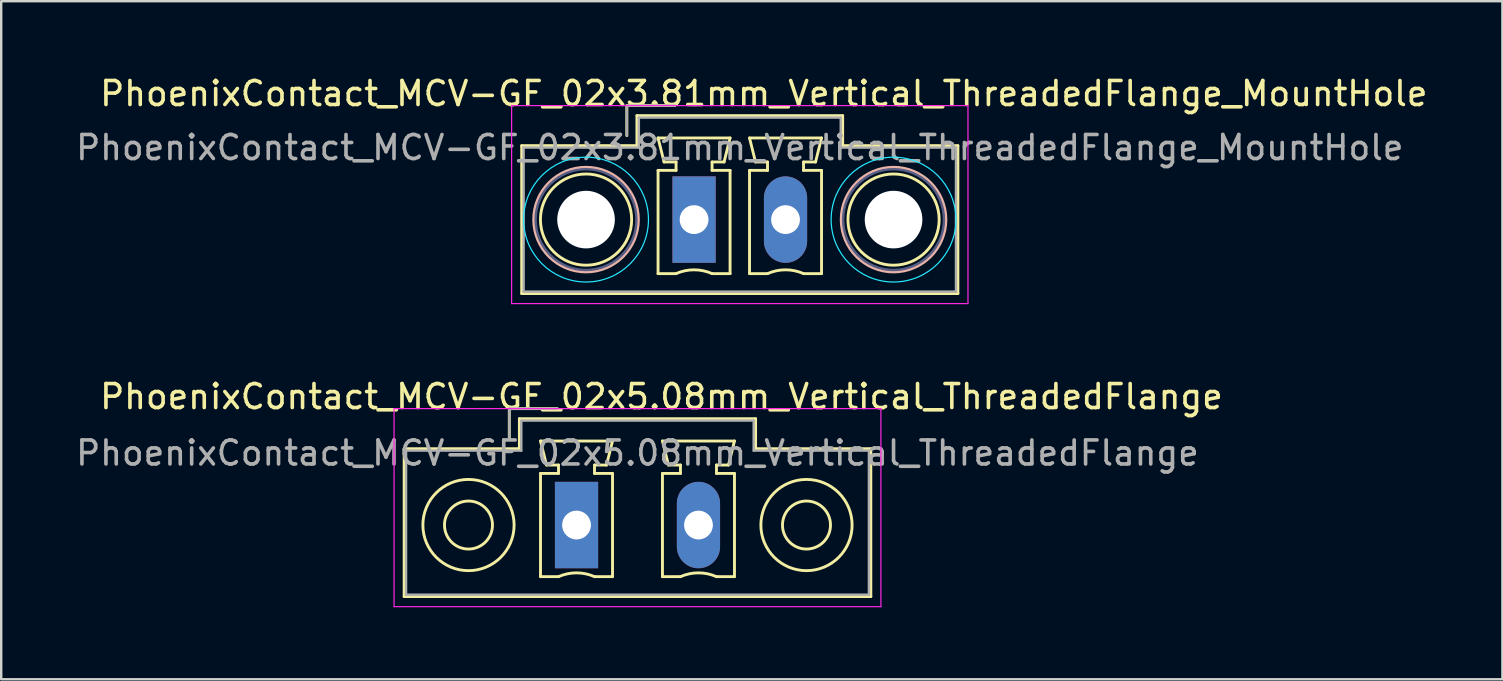
<source format=kicad_pcb>
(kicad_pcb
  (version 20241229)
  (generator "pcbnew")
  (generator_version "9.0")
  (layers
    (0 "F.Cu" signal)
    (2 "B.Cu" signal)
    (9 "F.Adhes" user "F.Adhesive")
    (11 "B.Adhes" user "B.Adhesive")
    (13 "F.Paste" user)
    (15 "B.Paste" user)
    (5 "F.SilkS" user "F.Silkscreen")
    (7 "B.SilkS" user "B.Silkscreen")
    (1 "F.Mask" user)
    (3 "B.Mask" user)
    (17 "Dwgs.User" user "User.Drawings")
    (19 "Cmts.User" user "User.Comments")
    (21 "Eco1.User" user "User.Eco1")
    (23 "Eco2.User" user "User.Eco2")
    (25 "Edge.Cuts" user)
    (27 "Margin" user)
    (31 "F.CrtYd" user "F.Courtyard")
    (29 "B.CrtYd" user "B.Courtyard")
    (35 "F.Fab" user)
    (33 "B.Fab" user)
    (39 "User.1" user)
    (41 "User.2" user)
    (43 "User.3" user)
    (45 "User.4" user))
  (footprint "PhoenixContact_MCV-GF_02x3.81mm_Vertical_ThreadedFlange_MountHole"
    (layer "F.Cu")
    (at 25.863 6.098)
    (property "Reference" "PhoenixContact_MCV-GF_02x3.81mm_Vertical_ThreadedFlange_MountHole" (at 2.905 -5.25 0) (layer "F.SilkS") (effects (font (size 1 1) (thickness 0.15))))
    (attr through_hole)
    (fp_line (start -7.18 -3.08) (end -7.18 3.08) (stroke (width 0.12) (type solid)) (layer "F.SilkS"))
    (fp_line (start -7.18 3.08) (end 10.99 3.08) (stroke (width 0.12) (type solid)) (layer "F.SilkS"))
    (fp_line (start -2.8 -4.75) (end -0.8 -4.75) (stroke (width 0.12) (type solid)) (layer "F.SilkS"))
    (fp_line (start -2.8 -3.5) (end -2.8 -4.75) (stroke (width 0.12) (type solid)) (layer "F.SilkS"))
    (fp_line (start -2.38 -4.33) (end -2.38 -3.08) (stroke (width 0.12) (type solid)) (layer "F.SilkS"))
    (fp_line (start -2.38 -3.08) (end -7.18 -3.08) (stroke (width 0.12) (type solid)) (layer "F.SilkS"))
    (fp_line (start -1.5 -3.4) (end 1.5 -3.4) (stroke (width 0.12) (type solid)) (layer "F.SilkS"))
    (fp_line (start -1.5 -2.05) (end -0.75 -2.05) (stroke (width 0.12) (type solid)) (layer "F.SilkS"))
    (fp_line (start -1.5 2.25) (end -1.5 -2.05) (stroke (width 0.12) (type solid)) (layer "F.SilkS"))
    (fp_line (start -1.25 -2.4) (end -1.5 -3.4) (stroke (width 0.12) (type solid)) (layer "F.SilkS"))
    (fp_line (start -0.75 -2.4) (end -1.25 -2.4) (stroke (width 0.12) (type solid)) (layer "F.SilkS"))
    (fp_line (start -0.75 -2.05) (end -0.75 -2.4) (stroke (width 0.12) (type solid)) (layer "F.SilkS"))
    (fp_line (start -0.75 2.25) (end -1.5 2.25) (stroke (width 0.12) (type solid)) (layer "F.SilkS"))
    (fp_line (start 0.75 -2.4) (end 0.75 -2.05) (stroke (width 0.12) (type solid)) (layer "F.SilkS"))
    (fp_line (start 0.75 -2.05) (end 1.5 -2.05) (stroke (width 0.12) (type solid)) (layer "F.SilkS"))
    (fp_line (start 1.25 -2.4) (end 0.75 -2.4) (stroke (width 0.12) (type solid)) (layer "F.SilkS"))
    (fp_line (start 1.5 -3.4) (end 1.25 -2.4) (stroke (width 0.12) (type solid)) (layer "F.SilkS"))
    (fp_line (start 1.5 -2.05) (end 1.5 2.25) (stroke (width 0.12) (type solid)) (layer "F.SilkS"))
    (fp_line (start 1.5 2.25) (end 0.75 2.25) (stroke (width 0.12) (type solid)) (layer "F.SilkS"))
    (fp_line (start 2.31 -3.4) (end 5.31 -3.4) (stroke (width 0.12) (type solid)) (layer "F.SilkS"))
    (fp_line (start 2.31 -2.05) (end 3.06 -2.05) (stroke (width 0.12) (type solid)) (layer "F.SilkS"))
    (fp_line (start 2.31 2.25) (end 2.31 -2.05) (stroke (width 0.12) (type solid)) (layer "F.SilkS"))
    (fp_line (start 2.56 -2.4) (end 2.31 -3.4) (stroke (width 0.12) (type solid)) (layer "F.SilkS"))
    (fp_line (start 3.06 -2.4) (end 2.56 -2.4) (stroke (width 0.12) (type solid)) (layer "F.SilkS"))
    (fp_line (start 3.06 -2.05) (end 3.06 -2.4) (stroke (width 0.12) (type solid)) (layer "F.SilkS"))
    (fp_line (start 3.06 2.25) (end 2.31 2.25) (stroke (width 0.12) (type solid)) (layer "F.SilkS"))
    (fp_line (start 4.56 -2.4) (end 4.56 -2.05) (stroke (width 0.12) (type solid)) (layer "F.SilkS"))
    (fp_line (start 4.56 -2.05) (end 5.31 -2.05) (stroke (width 0.12) (type solid)) (layer "F.SilkS"))
    (fp_line (start 5.06 -2.4) (end 4.56 -2.4) (stroke (width 0.12) (type solid)) (layer "F.SilkS"))
    (fp_line (start 5.31 -3.4) (end 5.06 -2.4) (stroke (width 0.12) (type solid)) (layer "F.SilkS"))
    (fp_line (start 5.31 -2.05) (end 5.31 2.25) (stroke (width 0.12) (type solid)) (layer "F.SilkS"))
    (fp_line (start 5.31 2.25) (end 4.56 2.25) (stroke (width 0.12) (type solid)) (layer "F.SilkS"))
    (fp_line (start 6.19 -4.33) (end -2.38 -4.33) (stroke (width 0.12) (type solid)) (layer "F.SilkS"))
    (fp_line (start 6.19 -3.08) (end 6.19 -4.33) (stroke (width 0.12) (type solid)) (layer "F.SilkS"))
    (fp_line (start 10.99 -3.08) (end 6.19 -3.08) (stroke (width 0.12) (type solid)) (layer "F.SilkS"))
    (fp_line (start 10.99 3.08) (end 10.99 -3.08) (stroke (width 0.12) (type solid)) (layer "F.SilkS"))
    (fp_arc (start -0.75 2.25) (mid -0.000193 2.09191) (end 0.749647 2.249844) (stroke (width 0.12) (type solid)) (layer "F.SilkS"))
    (fp_arc (start 3.06 2.25) (mid 3.809807 2.09191) (end 4.559647 2.249844) (stroke (width 0.12) (type solid)) (layer "F.SilkS"))
    (fp_circle (center -4.5 0) (end -2.6 0) (stroke (width 0.12) (type solid)) (fill no) (layer "F.SilkS"))
    (fp_circle (center 8.31 0) (end 10.21 0) (stroke (width 0.12) (type solid)) (fill no) (layer "F.SilkS"))
    (fp_circle (center -4.5 0) (end -2.32 0) (stroke (width 0.12) (type solid)) (fill no) (layer "B.SilkS"))
    (fp_circle (center 8.31 0) (end 10.49 0) (stroke (width 0.12) (type solid)) (fill no) (layer "B.SilkS"))
    (fp_circle (center -4.5 0) (end -1.9 0) (stroke (width 0.05) (type solid)) (fill no) (layer "B.CrtYd"))
    (fp_circle (center 8.31 0) (end 10.91 0) (stroke (width 0.05) (type solid)) (fill no) (layer "B.CrtYd"))
    (fp_line (start -7.6 -4.75) (end -7.6 3.5) (stroke (width 0.05) (type solid)) (layer "F.CrtYd"))
    (fp_line (start -7.6 3.5) (end 11.41 3.5) (stroke (width 0.05) (type solid)) (layer "F.CrtYd"))
    (fp_line (start 11.41 -4.75) (end -7.6 -4.75) (stroke (width 0.05) (type solid)) (layer "F.CrtYd"))
    (fp_line (start 11.41 3.5) (end 11.41 -4.75) (stroke (width 0.05) (type solid)) (layer "F.CrtYd"))
    (fp_circle (center -4.5 0) (end -2.4 0) (stroke (width 0.1) (type solid)) (fill no) (layer "B.Fab"))
    (fp_circle (center 8.31 0) (end 10.41 0) (stroke (width 0.1) (type solid)) (fill no) (layer "B.Fab"))
    (fp_line (start -7.1 -3) (end -7.1 3) (stroke (width 0.1) (type solid)) (layer "F.Fab"))
    (fp_line (start -7.1 3) (end 10.91 3) (stroke (width 0.1) (type solid)) (layer "F.Fab"))
    (fp_line (start -2.8 -4.75) (end -0.8 -4.75) (stroke (width 0.1) (type solid)) (layer "F.Fab"))
    (fp_line (start -2.8 -3.5) (end -2.8 -4.75) (stroke (width 0.1) (type solid)) (layer "F.Fab"))
    (fp_line (start -2.3 -4.25) (end -2.3 -3) (stroke (width 0.1) (type solid)) (layer "F.Fab"))
    (fp_line (start -2.3 -3) (end -7.1 -3) (stroke (width 0.1) (type solid)) (layer "F.Fab"))
    (fp_line (start 6.11 -4.25) (end -2.3 -4.25) (stroke (width 0.1) (type solid)) (layer "F.Fab"))
    (fp_line (start 6.11 -3) (end 6.11 -4.25) (stroke (width 0.1) (type solid)) (layer "F.Fab"))
    (fp_line (start 10.91 -3) (end 6.11 -3) (stroke (width 0.1) (type solid)) (layer "F.Fab"))
    (fp_line (start 10.91 3) (end 10.91 -3) (stroke (width 0.1) (type solid)) (layer "F.Fab"))
    (fp_text user "${REFERENCE}" (at 1.905 -3 0) (layer "F.Fab") (effects (font (size 1 1) (thickness 0.15))))
    (pad "" np_thru_hole circle (at -4.5 0) (size 2.4 2.4) (drill 2.4) (layers "*.Cu" "*.Mask"))
    (pad "" np_thru_hole circle (at 8.31 0) (size 2.4 2.4) (drill 2.4) (layers "*.Cu" "*.Mask"))
    (pad "1" thru_hole rect (at 0 0) (size 1.8 3.6) (drill 1.2) (layers "*.Cu" "*.Mask"))
    (pad "2" thru_hole oval (at 3.81 0) (size 1.8 3.6) (drill 1.2) (layers "*.Cu" "*.Mask")))
  (footprint "PhoenixContact_MCV-GF_02x5.08mm_Vertical_ThreadedFlange"
    (layer "F.Cu")
    (at 20.966 18.822)
    (property "Reference" "PhoenixContact_MCV-GF_02x5.08mm_Vertical_ThreadedFlange" (at 3.54 -5.35 0) (layer "F.SilkS") (effects (font (size 1 1) (thickness 0.15))))
    (attr through_hole)
    (fp_line (start -7.18 -3.18) (end -7.18 2.98) (stroke (width 0.12) (type solid)) (layer "F.SilkS"))
    (fp_line (start -7.18 2.98) (end 12.26 2.98) (stroke (width 0.12) (type solid)) (layer "F.SilkS"))
    (fp_line (start -2.8 -4.85) (end -0.8 -4.85) (stroke (width 0.12) (type solid)) (layer "F.SilkS"))
    (fp_line (start -2.8 -3.6) (end -2.8 -4.85) (stroke (width 0.12) (type solid)) (layer "F.SilkS"))
    (fp_line (start -2.38 -4.43) (end -2.38 -3.18) (stroke (width 0.12) (type solid)) (layer "F.SilkS"))
    (fp_line (start -2.38 -3.18) (end -7.18 -3.18) (stroke (width 0.12) (type solid)) (layer "F.SilkS"))
    (fp_line (start -1.5 -3.5) (end 1.5 -3.5) (stroke (width 0.12) (type solid)) (layer "F.SilkS"))
    (fp_line (start -1.5 -2.15) (end -0.75 -2.15) (stroke (width 0.12) (type solid)) (layer "F.SilkS"))
    (fp_line (start -1.5 2.15) (end -1.5 -2.15) (stroke (width 0.12) (type solid)) (layer "F.SilkS"))
    (fp_line (start -1.25 -2.5) (end -1.5 -3.5) (stroke (width 0.12) (type solid)) (layer "F.SilkS"))
    (fp_line (start -0.75 -2.5) (end -1.25 -2.5) (stroke (width 0.12) (type solid)) (layer "F.SilkS"))
    (fp_line (start -0.75 -2.15) (end -0.75 -2.5) (stroke (width 0.12) (type solid)) (layer "F.SilkS"))
    (fp_line (start -0.75 2.15) (end -1.5 2.15) (stroke (width 0.12) (type solid)) (layer "F.SilkS"))
    (fp_line (start 0.75 -2.5) (end 0.75 -2.15) (stroke (width 0.12) (type solid)) (layer "F.SilkS"))
    (fp_line (start 0.75 -2.15) (end 1.5 -2.15) (stroke (width 0.12) (type solid)) (layer "F.SilkS"))
    (fp_line (start 1.25 -2.5) (end 0.75 -2.5) (stroke (width 0.12) (type solid)) (layer "F.SilkS"))
    (fp_line (start 1.5 -3.5) (end 1.25 -2.5) (stroke (width 0.12) (type solid)) (layer "F.SilkS"))
    (fp_line (start 1.5 -2.15) (end 1.5 2.15) (stroke (width 0.12) (type solid)) (layer "F.SilkS"))
    (fp_line (start 1.5 2.15) (end 0.75 2.15) (stroke (width 0.12) (type solid)) (layer "F.SilkS"))
    (fp_line (start 3.58 -3.5) (end 6.58 -3.5) (stroke (width 0.12) (type solid)) (layer "F.SilkS"))
    (fp_line (start 3.58 -2.15) (end 4.33 -2.15) (stroke (width 0.12) (type solid)) (layer "F.SilkS"))
    (fp_line (start 3.58 2.15) (end 3.58 -2.15) (stroke (width 0.12) (type solid)) (layer "F.SilkS"))
    (fp_line (start 3.83 -2.5) (end 3.58 -3.5) (stroke (width 0.12) (type solid)) (layer "F.SilkS"))
    (fp_line (start 4.33 -2.5) (end 3.83 -2.5) (stroke (width 0.12) (type solid)) (layer "F.SilkS"))
    (fp_line (start 4.33 -2.15) (end 4.33 -2.5) (stroke (width 0.12) (type solid)) (layer "F.SilkS"))
    (fp_line (start 4.33 2.15) (end 3.58 2.15) (stroke (width 0.12) (type solid)) (layer "F.SilkS"))
    (fp_line (start 5.83 -2.5) (end 5.83 -2.15) (stroke (width 0.12) (type solid)) (layer "F.SilkS"))
    (fp_line (start 5.83 -2.15) (end 6.58 -2.15) (stroke (width 0.12) (type solid)) (layer "F.SilkS"))
    (fp_line (start 6.33 -2.5) (end 5.83 -2.5) (stroke (width 0.12) (type solid)) (layer "F.SilkS"))
    (fp_line (start 6.58 -3.5) (end 6.33 -2.5) (stroke (width 0.12) (type solid)) (layer "F.SilkS"))
    (fp_line (start 6.58 -2.15) (end 6.58 2.15) (stroke (width 0.12) (type solid)) (layer "F.SilkS"))
    (fp_line (start 6.58 2.15) (end 5.83 2.15) (stroke (width 0.12) (type solid)) (layer "F.SilkS"))
    (fp_line (start 7.46 -4.43) (end -2.38 -4.43) (stroke (width 0.12) (type solid)) (layer "F.SilkS"))
    (fp_line (start 7.46 -3.18) (end 7.46 -4.43) (stroke (width 0.12) (type solid)) (layer "F.SilkS"))
    (fp_line (start 12.26 -3.18) (end 7.46 -3.18) (stroke (width 0.12) (type solid)) (layer "F.SilkS"))
    (fp_line (start 12.26 2.98) (end 12.26 -3.18) (stroke (width 0.12) (type solid)) (layer "F.SilkS"))
    (fp_arc (start -0.75 2.15) (mid -0.000193 1.99191) (end 0.749647 2.149844) (stroke (width 0.12) (type solid)) (layer "F.SilkS"))
    (fp_arc (start 4.33 2.15) (mid 5.079807 1.99191) (end 5.829647 2.149844) (stroke (width 0.12) (type solid)) (layer "F.SilkS"))
    (fp_circle (center -4.5 0) (end -3.5 0) (stroke (width 0.12) (type solid)) (fill no) (layer "F.SilkS"))
    (fp_circle (center -4.5 0) (end -2.6 0) (stroke (width 0.12) (type solid)) (fill no) (layer "F.SilkS"))
    (fp_circle (center 9.58 0) (end 10.58 0) (stroke (width 0.12) (type solid)) (fill no) (layer "F.SilkS"))
    (fp_circle (center 9.58 0) (end 11.48 0) (stroke (width 0.12) (type solid)) (fill no) (layer "F.SilkS"))
    (fp_line (start -7.6 -4.85) (end -7.6 3.4) (stroke (width 0.05) (type solid)) (layer "F.CrtYd"))
    (fp_line (start -7.6 3.4) (end 12.68 3.4) (stroke (width 0.05) (type solid)) (layer "F.CrtYd"))
    (fp_line (start 12.68 -4.85) (end -7.6 -4.85) (stroke (width 0.05) (type solid)) (layer "F.CrtYd"))
    (fp_line (start 12.68 3.4) (end 12.68 -4.85) (stroke (width 0.05) (type solid)) (layer "F.CrtYd"))
    (fp_line (start -7.1 -3.1) (end -7.1 2.9) (stroke (width 0.1) (type solid)) (layer "F.Fab"))
    (fp_line (start -7.1 2.9) (end 12.18 2.9) (stroke (width 0.1) (type solid)) (layer "F.Fab"))
    (fp_line (start -2.8 -4.85) (end -0.8 -4.85) (stroke (width 0.1) (type solid)) (layer "F.Fab"))
    (fp_line (start -2.8 -3.6) (end -2.8 -4.85) (stroke (width 0.1) (type solid)) (layer "F.Fab"))
    (fp_line (start -2.3 -4.35) (end -2.3 -3.1) (stroke (width 0.1) (type solid)) (layer "F.Fab"))
    (fp_line (start -2.3 -3.1) (end -7.1 -3.1) (stroke (width 0.1) (type solid)) (layer "F.Fab"))
    (fp_line (start 7.38 -4.35) (end -2.3 -4.35) (stroke (width 0.1) (type solid)) (layer "F.Fab"))
    (fp_line (start 7.38 -3.1) (end 7.38 -4.35) (stroke (width 0.1) (type solid)) (layer "F.Fab"))
    (fp_line (start 12.18 -3.1) (end 7.38 -3.1) (stroke (width 0.1) (type solid)) (layer "F.Fab"))
    (fp_line (start 12.18 2.9) (end 12.18 -3.1) (stroke (width 0.1) (type solid)) (layer "F.Fab"))
    (fp_text user "${REFERENCE}" (at 2.54 -3 0) (layer "F.Fab") (effects (font (size 1 1) (thickness 0.15))))
    (pad "1" thru_hole rect (at 0 0) (size 1.8 3.6) (drill 1.2) (layers "*.Cu" "*.Mask"))
    (pad "2" thru_hole oval (at 5.08 0) (size 1.8 3.6) (drill 1.2) (layers "*.Cu" "*.Mask")))
  (gr_rect
    (start -3 -3)
    (end 59.536 25.247)
    (stroke (width 0.1) (type default))
    (fill no)
    (layer "Edge.Cuts")))
</source>
